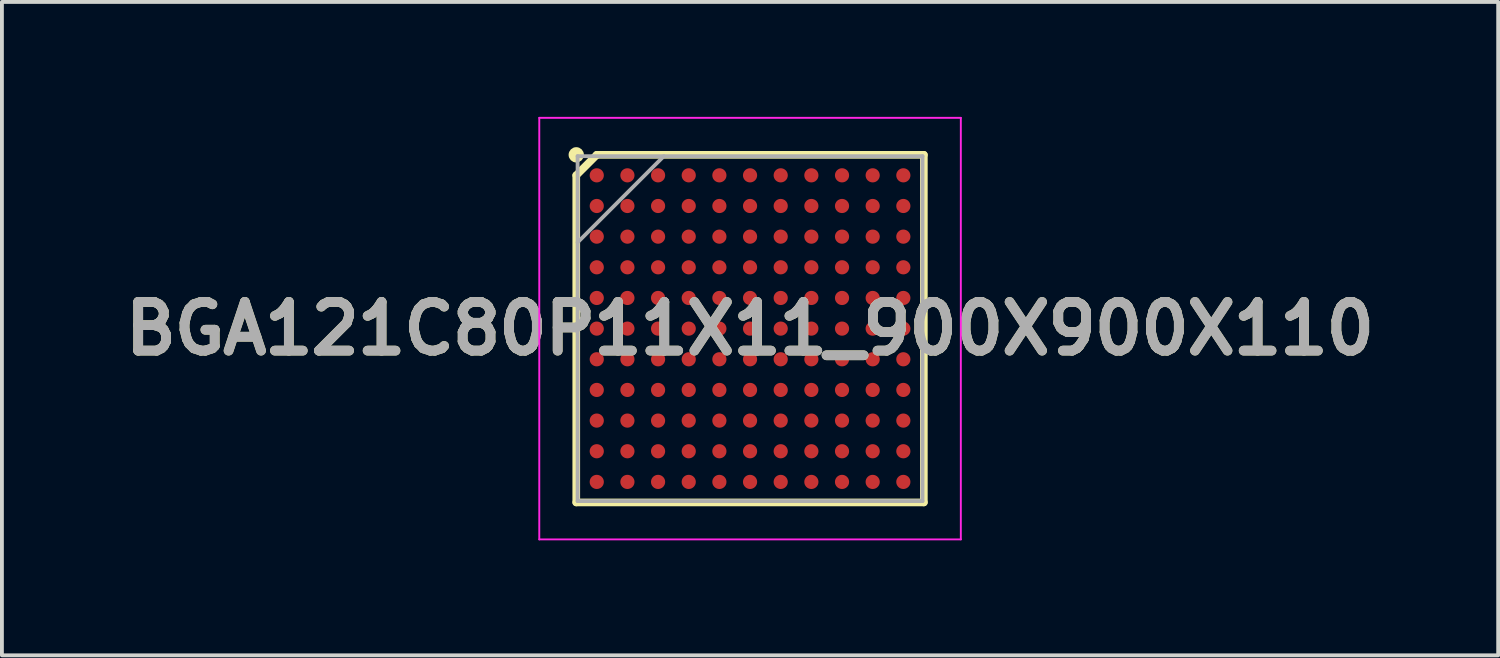
<source format=kicad_pcb>
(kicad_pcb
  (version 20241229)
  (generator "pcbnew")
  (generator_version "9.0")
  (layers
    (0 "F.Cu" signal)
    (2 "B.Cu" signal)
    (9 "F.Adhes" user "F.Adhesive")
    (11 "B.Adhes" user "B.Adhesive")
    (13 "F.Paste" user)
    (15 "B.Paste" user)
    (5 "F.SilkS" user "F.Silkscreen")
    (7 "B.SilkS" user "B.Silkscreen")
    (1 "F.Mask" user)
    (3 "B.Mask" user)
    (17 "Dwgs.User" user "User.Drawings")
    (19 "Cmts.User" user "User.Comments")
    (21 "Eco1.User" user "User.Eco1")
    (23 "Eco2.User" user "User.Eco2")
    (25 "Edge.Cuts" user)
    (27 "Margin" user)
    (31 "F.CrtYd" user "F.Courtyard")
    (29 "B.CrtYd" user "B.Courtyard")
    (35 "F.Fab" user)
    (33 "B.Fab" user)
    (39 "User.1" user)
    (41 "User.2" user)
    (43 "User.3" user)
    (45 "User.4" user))
  (footprint "BGA121C80P11X11_900X900X110"
    (layer "F.Cu")
    (at 16.522 5.525)
    (property "Reference" "BGA121C80P11X11_900X900X110" (at 0 0 0) (layer "F.SilkS") (effects (font (size 1.27 1.27) (thickness 0.254))))
    (attr smd)
    (fp_line (start -4.535 -4) (end -4 -4.535) (stroke (width 0.2) (type solid)) (layer "F.SilkS"))
    (fp_line (start -4.535 4.535) (end -4.535 -4) (stroke (width 0.2) (type solid)) (layer "F.SilkS"))
    (fp_line (start -4 -4.535) (end 4.535 -4.535) (stroke (width 0.2) (type solid)) (layer "F.SilkS"))
    (fp_line (start 4.535 -4.535) (end 4.535 4.535) (stroke (width 0.2) (type solid)) (layer "F.SilkS"))
    (fp_line (start 4.535 4.535) (end -4.535 4.535) (stroke (width 0.2) (type solid)) (layer "F.SilkS"))
    (fp_circle (center -4.535 -4.535) (end -4.535 -4.435) (stroke (width 0.2) (type solid)) (fill no) (layer "F.SilkS"))
    (fp_line (start -5.5 -5.5) (end 5.5 -5.5) (stroke (width 0.05) (type solid)) (layer "F.CrtYd"))
    (fp_line (start -5.5 5.5) (end -5.5 -5.5) (stroke (width 0.05) (type solid)) (layer "F.CrtYd"))
    (fp_line (start 5.5 -5.5) (end 5.5 5.5) (stroke (width 0.05) (type solid)) (layer "F.CrtYd"))
    (fp_line (start 5.5 5.5) (end -5.5 5.5) (stroke (width 0.05) (type solid)) (layer "F.CrtYd"))
    (fp_line (start -4.5 -4.5) (end 4.5 -4.5) (stroke (width 0.1) (type solid)) (layer "F.Fab"))
    (fp_line (start -4.5 -2.25) (end -2.25 -4.5) (stroke (width 0.1) (type solid)) (layer "F.Fab"))
    (fp_line (start -4.5 4.5) (end -4.5 -4.5) (stroke (width 0.1) (type solid)) (layer "F.Fab"))
    (fp_line (start 4.5 -4.5) (end 4.5 4.5) (stroke (width 0.1) (type solid)) (layer "F.Fab"))
    (fp_line (start 4.5 4.5) (end -4.5 4.5) (stroke (width 0.1) (type solid)) (layer "F.Fab"))
    (fp_text user "${REFERENCE}" (at 0 0 0) (layer "F.Fab") (effects (font (size 1.27 1.27) (thickness 0.254))))
    (pad "A1" smd circle (at -4 -4 90) (size 0.37 0.37) (layers "F.Cu" "F.Mask" "F.Paste"))
    (pad "A2" smd circle (at -3.2 -4 90) (size 0.37 0.37) (layers "F.Cu" "F.Mask" "F.Paste"))
    (pad "A3" smd circle (at -2.4 -4 90) (size 0.37 0.37) (layers "F.Cu" "F.Mask" "F.Paste"))
    (pad "A4" smd circle (at -1.6 -4 90) (size 0.37 0.37) (layers "F.Cu" "F.Mask" "F.Paste"))
    (pad "A5" smd circle (at -0.8 -4 90) (size 0.37 0.37) (layers "F.Cu" "F.Mask" "F.Paste"))
    (pad "A6" smd circle (at 0 -4 90) (size 0.37 0.37) (layers "F.Cu" "F.Mask" "F.Paste"))
    (pad "A7" smd circle (at 0.8 -4 90) (size 0.37 0.37) (layers "F.Cu" "F.Mask" "F.Paste"))
    (pad "A8" smd circle (at 1.6 -4 90) (size 0.37 0.37) (layers "F.Cu" "F.Mask" "F.Paste"))
    (pad "A9" smd circle (at 2.4 -4 90) (size 0.37 0.37) (layers "F.Cu" "F.Mask" "F.Paste"))
    (pad "A10" smd circle (at 3.2 -4 90) (size 0.37 0.37) (layers "F.Cu" "F.Mask" "F.Paste"))
    (pad "A11" smd circle (at 4 -4 90) (size 0.37 0.37) (layers "F.Cu" "F.Mask" "F.Paste"))
    (pad "B1" smd circle (at -4 -3.2 90) (size 0.37 0.37) (layers "F.Cu" "F.Mask" "F.Paste"))
    (pad "B2" smd circle (at -3.2 -3.2 90) (size 0.37 0.37) (layers "F.Cu" "F.Mask" "F.Paste"))
    (pad "B3" smd circle (at -2.4 -3.2 90) (size 0.37 0.37) (layers "F.Cu" "F.Mask" "F.Paste"))
    (pad "B4" smd circle (at -1.6 -3.2 90) (size 0.37 0.37) (layers "F.Cu" "F.Mask" "F.Paste"))
    (pad "B5" smd circle (at -0.8 -3.2 90) (size 0.37 0.37) (layers "F.Cu" "F.Mask" "F.Paste"))
    (pad "B6" smd circle (at 0 -3.2 90) (size 0.37 0.37) (layers "F.Cu" "F.Mask" "F.Paste"))
    (pad "B7" smd circle (at 0.8 -3.2 90) (size 0.37 0.37) (layers "F.Cu" "F.Mask" "F.Paste"))
    (pad "B8" smd circle (at 1.6 -3.2 90) (size 0.37 0.37) (layers "F.Cu" "F.Mask" "F.Paste"))
    (pad "B9" smd circle (at 2.4 -3.2 90) (size 0.37 0.37) (layers "F.Cu" "F.Mask" "F.Paste"))
    (pad "B10" smd circle (at 3.2 -3.2 90) (size 0.37 0.37) (layers "F.Cu" "F.Mask" "F.Paste"))
    (pad "B11" smd circle (at 4 -3.2 90) (size 0.37 0.37) (layers "F.Cu" "F.Mask" "F.Paste"))
    (pad "C1" smd circle (at -4 -2.4 90) (size 0.37 0.37) (layers "F.Cu" "F.Mask" "F.Paste"))
    (pad "C2" smd circle (at -3.2 -2.4 90) (size 0.37 0.37) (layers "F.Cu" "F.Mask" "F.Paste"))
    (pad "C3" smd circle (at -2.4 -2.4 90) (size 0.37 0.37) (layers "F.Cu" "F.Mask" "F.Paste"))
    (pad "C4" smd circle (at -1.6 -2.4 90) (size 0.37 0.37) (layers "F.Cu" "F.Mask" "F.Paste"))
    (pad "C5" smd circle (at -0.8 -2.4 90) (size 0.37 0.37) (layers "F.Cu" "F.Mask" "F.Paste"))
    (pad "C6" smd circle (at 0 -2.4 90) (size 0.37 0.37) (layers "F.Cu" "F.Mask" "F.Paste"))
    (pad "C7" smd circle (at 0.8 -2.4 90) (size 0.37 0.37) (layers "F.Cu" "F.Mask" "F.Paste"))
    (pad "C8" smd circle (at 1.6 -2.4 90) (size 0.37 0.37) (layers "F.Cu" "F.Mask" "F.Paste"))
    (pad "C9" smd circle (at 2.4 -2.4 90) (size 0.37 0.37) (layers "F.Cu" "F.Mask" "F.Paste"))
    (pad "C10" smd circle (at 3.2 -2.4 90) (size 0.37 0.37) (layers "F.Cu" "F.Mask" "F.Paste"))
    (pad "C11" smd circle (at 4 -2.4 90) (size 0.37 0.37) (layers "F.Cu" "F.Mask" "F.Paste"))
    (pad "D1" smd circle (at -4 -1.6 90) (size 0.37 0.37) (layers "F.Cu" "F.Mask" "F.Paste"))
    (pad "D2" smd circle (at -3.2 -1.6 90) (size 0.37 0.37) (layers "F.Cu" "F.Mask" "F.Paste"))
    (pad "D3" smd circle (at -2.4 -1.6 90) (size 0.37 0.37) (layers "F.Cu" "F.Mask" "F.Paste"))
    (pad "D4" smd circle (at -1.6 -1.6 90) (size 0.37 0.37) (layers "F.Cu" "F.Mask" "F.Paste"))
    (pad "D5" smd circle (at -0.8 -1.6 90) (size 0.37 0.37) (layers "F.Cu" "F.Mask" "F.Paste"))
    (pad "D6" smd circle (at 0 -1.6 90) (size 0.37 0.37) (layers "F.Cu" "F.Mask" "F.Paste"))
    (pad "D7" smd circle (at 0.8 -1.6 90) (size 0.37 0.37) (layers "F.Cu" "F.Mask" "F.Paste"))
    (pad "D8" smd circle (at 1.6 -1.6 90) (size 0.37 0.37) (layers "F.Cu" "F.Mask" "F.Paste"))
    (pad "D9" smd circle (at 2.4 -1.6 90) (size 0.37 0.37) (layers "F.Cu" "F.Mask" "F.Paste"))
    (pad "D10" smd circle (at 3.2 -1.6 90) (size 0.37 0.37) (layers "F.Cu" "F.Mask" "F.Paste"))
    (pad "D11" smd circle (at 4 -1.6 90) (size 0.37 0.37) (layers "F.Cu" "F.Mask" "F.Paste"))
    (pad "E1" smd circle (at -4 -0.8 90) (size 0.37 0.37) (layers "F.Cu" "F.Mask" "F.Paste"))
    (pad "E2" smd circle (at -3.2 -0.8 90) (size 0.37 0.37) (layers "F.Cu" "F.Mask" "F.Paste"))
    (pad "E3" smd circle (at -2.4 -0.8 90) (size 0.37 0.37) (layers "F.Cu" "F.Mask" "F.Paste"))
    (pad "E4" smd circle (at -1.6 -0.8 90) (size 0.37 0.37) (layers "F.Cu" "F.Mask" "F.Paste"))
    (pad "E5" smd circle (at -0.8 -0.8 90) (size 0.37 0.37) (layers "F.Cu" "F.Mask" "F.Paste"))
    (pad "E6" smd circle (at 0 -0.8 90) (size 0.37 0.37) (layers "F.Cu" "F.Mask" "F.Paste"))
    (pad "E7" smd circle (at 0.8 -0.8 90) (size 0.37 0.37) (layers "F.Cu" "F.Mask" "F.Paste"))
    (pad "E8" smd circle (at 1.6 -0.8 90) (size 0.37 0.37) (layers "F.Cu" "F.Mask" "F.Paste"))
    (pad "E9" smd circle (at 2.4 -0.8 90) (size 0.37 0.37) (layers "F.Cu" "F.Mask" "F.Paste"))
    (pad "E10" smd circle (at 3.2 -0.8 90) (size 0.37 0.37) (layers "F.Cu" "F.Mask" "F.Paste"))
    (pad "E11" smd circle (at 4 -0.8 90) (size 0.37 0.37) (layers "F.Cu" "F.Mask" "F.Paste"))
    (pad "F1" smd circle (at -4 0 90) (size 0.37 0.37) (layers "F.Cu" "F.Mask" "F.Paste"))
    (pad "F2" smd circle (at -3.2 0 90) (size 0.37 0.37) (layers "F.Cu" "F.Mask" "F.Paste"))
    (pad "F3" smd circle (at -2.4 0 90) (size 0.37 0.37) (layers "F.Cu" "F.Mask" "F.Paste"))
    (pad "F4" smd circle (at -1.6 0 90) (size 0.37 0.37) (layers "F.Cu" "F.Mask" "F.Paste"))
    (pad "F5" smd circle (at -0.8 0 90) (size 0.37 0.37) (layers "F.Cu" "F.Mask" "F.Paste"))
    (pad "F6" smd circle (at 0 0 90) (size 0.37 0.37) (layers "F.Cu" "F.Mask" "F.Paste"))
    (pad "F7" smd circle (at 0.8 0 90) (size 0.37 0.37) (layers "F.Cu" "F.Mask" "F.Paste"))
    (pad "F8" smd circle (at 1.6 0 90) (size 0.37 0.37) (layers "F.Cu" "F.Mask" "F.Paste"))
    (pad "F9" smd circle (at 2.4 0 90) (size 0.37 0.37) (layers "F.Cu" "F.Mask" "F.Paste"))
    (pad "F10" smd circle (at 3.2 0 90) (size 0.37 0.37) (layers "F.Cu" "F.Mask" "F.Paste"))
    (pad "F11" smd circle (at 4 0 90) (size 0.37 0.37) (layers "F.Cu" "F.Mask" "F.Paste"))
    (pad "G1" smd circle (at -4 0.8 90) (size 0.37 0.37) (layers "F.Cu" "F.Mask" "F.Paste"))
    (pad "G2" smd circle (at -3.2 0.8 90) (size 0.37 0.37) (layers "F.Cu" "F.Mask" "F.Paste"))
    (pad "G3" smd circle (at -2.4 0.8 90) (size 0.37 0.37) (layers "F.Cu" "F.Mask" "F.Paste"))
    (pad "G4" smd circle (at -1.6 0.8 90) (size 0.37 0.37) (layers "F.Cu" "F.Mask" "F.Paste"))
    (pad "G5" smd circle (at -0.8 0.8 90) (size 0.37 0.37) (layers "F.Cu" "F.Mask" "F.Paste"))
    (pad "G6" smd circle (at 0 0.8 90) (size 0.37 0.37) (layers "F.Cu" "F.Mask" "F.Paste"))
    (pad "G7" smd circle (at 0.8 0.8 90) (size 0.37 0.37) (layers "F.Cu" "F.Mask" "F.Paste"))
    (pad "G8" smd circle (at 1.6 0.8 90) (size 0.37 0.37) (layers "F.Cu" "F.Mask" "F.Paste"))
    (pad "G9" smd circle (at 2.4 0.8 90) (size 0.37 0.37) (layers "F.Cu" "F.Mask" "F.Paste"))
    (pad "G10" smd circle (at 3.2 0.8 90) (size 0.37 0.37) (layers "F.Cu" "F.Mask" "F.Paste"))
    (pad "G11" smd circle (at 4 0.8 90) (size 0.37 0.37) (layers "F.Cu" "F.Mask" "F.Paste"))
    (pad "H1" smd circle (at -4 1.6 90) (size 0.37 0.37) (layers "F.Cu" "F.Mask" "F.Paste"))
    (pad "H2" smd circle (at -3.2 1.6 90) (size 0.37 0.37) (layers "F.Cu" "F.Mask" "F.Paste"))
    (pad "H3" smd circle (at -2.4 1.6 90) (size 0.37 0.37) (layers "F.Cu" "F.Mask" "F.Paste"))
    (pad "H4" smd circle (at -1.6 1.6 90) (size 0.37 0.37) (layers "F.Cu" "F.Mask" "F.Paste"))
    (pad "H5" smd circle (at -0.8 1.6 90) (size 0.37 0.37) (layers "F.Cu" "F.Mask" "F.Paste"))
    (pad "H6" smd circle (at 0 1.6 90) (size 0.37 0.37) (layers "F.Cu" "F.Mask" "F.Paste"))
    (pad "H7" smd circle (at 0.8 1.6 90) (size 0.37 0.37) (layers "F.Cu" "F.Mask" "F.Paste"))
    (pad "H8" smd circle (at 1.6 1.6 90) (size 0.37 0.37) (layers "F.Cu" "F.Mask" "F.Paste"))
    (pad "H9" smd circle (at 2.4 1.6 90) (size 0.37 0.37) (layers "F.Cu" "F.Mask" "F.Paste"))
    (pad "H10" smd circle (at 3.2 1.6 90) (size 0.37 0.37) (layers "F.Cu" "F.Mask" "F.Paste"))
    (pad "H11" smd circle (at 4 1.6 90) (size 0.37 0.37) (layers "F.Cu" "F.Mask" "F.Paste"))
    (pad "J1" smd circle (at -4 2.4 90) (size 0.37 0.37) (layers "F.Cu" "F.Mask" "F.Paste"))
    (pad "J2" smd circle (at -3.2 2.4 90) (size 0.37 0.37) (layers "F.Cu" "F.Mask" "F.Paste"))
    (pad "J3" smd circle (at -2.4 2.4 90) (size 0.37 0.37) (layers "F.Cu" "F.Mask" "F.Paste"))
    (pad "J4" smd circle (at -1.6 2.4 90) (size 0.37 0.37) (layers "F.Cu" "F.Mask" "F.Paste"))
    (pad "J5" smd circle (at -0.8 2.4 90) (size 0.37 0.37) (layers "F.Cu" "F.Mask" "F.Paste"))
    (pad "J6" smd circle (at 0 2.4 90) (size 0.37 0.37) (layers "F.Cu" "F.Mask" "F.Paste"))
    (pad "J7" smd circle (at 0.8 2.4 90) (size 0.37 0.37) (layers "F.Cu" "F.Mask" "F.Paste"))
    (pad "J8" smd circle (at 1.6 2.4 90) (size 0.37 0.37) (layers "F.Cu" "F.Mask" "F.Paste"))
    (pad "J9" smd circle (at 2.4 2.4 90) (size 0.37 0.37) (layers "F.Cu" "F.Mask" "F.Paste"))
    (pad "J10" smd circle (at 3.2 2.4 90) (size 0.37 0.37) (layers "F.Cu" "F.Mask" "F.Paste"))
    (pad "J11" smd circle (at 4 2.4 90) (size 0.37 0.37) (layers "F.Cu" "F.Mask" "F.Paste"))
    (pad "K1" smd circle (at -4 3.2 90) (size 0.37 0.37) (layers "F.Cu" "F.Mask" "F.Paste"))
    (pad "K2" smd circle (at -3.2 3.2 90) (size 0.37 0.37) (layers "F.Cu" "F.Mask" "F.Paste"))
    (pad "K3" smd circle (at -2.4 3.2 90) (size 0.37 0.37) (layers "F.Cu" "F.Mask" "F.Paste"))
    (pad "K4" smd circle (at -1.6 3.2 90) (size 0.37 0.37) (layers "F.Cu" "F.Mask" "F.Paste"))
    (pad "K5" smd circle (at -0.8 3.2 90) (size 0.37 0.37) (layers "F.Cu" "F.Mask" "F.Paste"))
    (pad "K6" smd circle (at 0 3.2 90) (size 0.37 0.37) (layers "F.Cu" "F.Mask" "F.Paste"))
    (pad "K7" smd circle (at 0.8 3.2 90) (size 0.37 0.37) (layers "F.Cu" "F.Mask" "F.Paste"))
    (pad "K8" smd circle (at 1.6 3.2 90) (size 0.37 0.37) (layers "F.Cu" "F.Mask" "F.Paste"))
    (pad "K9" smd circle (at 2.4 3.2 90) (size 0.37 0.37) (layers "F.Cu" "F.Mask" "F.Paste"))
    (pad "K10" smd circle (at 3.2 3.2 90) (size 0.37 0.37) (layers "F.Cu" "F.Mask" "F.Paste"))
    (pad "K11" smd circle (at 4 3.2 90) (size 0.37 0.37) (layers "F.Cu" "F.Mask" "F.Paste"))
    (pad "L1" smd circle (at -4 4 90) (size 0.37 0.37) (layers "F.Cu" "F.Mask" "F.Paste"))
    (pad "L2" smd circle (at -3.2 4 90) (size 0.37 0.37) (layers "F.Cu" "F.Mask" "F.Paste"))
    (pad "L3" smd circle (at -2.4 4 90) (size 0.37 0.37) (layers "F.Cu" "F.Mask" "F.Paste"))
    (pad "L4" smd circle (at -1.6 4 90) (size 0.37 0.37) (layers "F.Cu" "F.Mask" "F.Paste"))
    (pad "L5" smd circle (at -0.8 4 90) (size 0.37 0.37) (layers "F.Cu" "F.Mask" "F.Paste"))
    (pad "L6" smd circle (at 0 4 90) (size 0.37 0.37) (layers "F.Cu" "F.Mask" "F.Paste"))
    (pad "L7" smd circle (at 0.8 4 90) (size 0.37 0.37) (layers "F.Cu" "F.Mask" "F.Paste"))
    (pad "L8" smd circle (at 1.6 4 90) (size 0.37 0.37) (layers "F.Cu" "F.Mask" "F.Paste"))
    (pad "L9" smd circle (at 2.4 4 90) (size 0.37 0.37) (layers "F.Cu" "F.Mask" "F.Paste"))
    (pad "L10" smd circle (at 3.2 4 90) (size 0.37 0.37) (layers "F.Cu" "F.Mask" "F.Paste"))
    (pad "L11" smd circle (at 4 4 90) (size 0.37 0.37) (layers "F.Cu" "F.Mask" "F.Paste")))
  (gr_rect
    (start -3 -3)
    (end 36.044 14.05)
    (stroke (width 0.1) (type default))
    (fill no)
    (layer "Edge.Cuts")))
</source>
